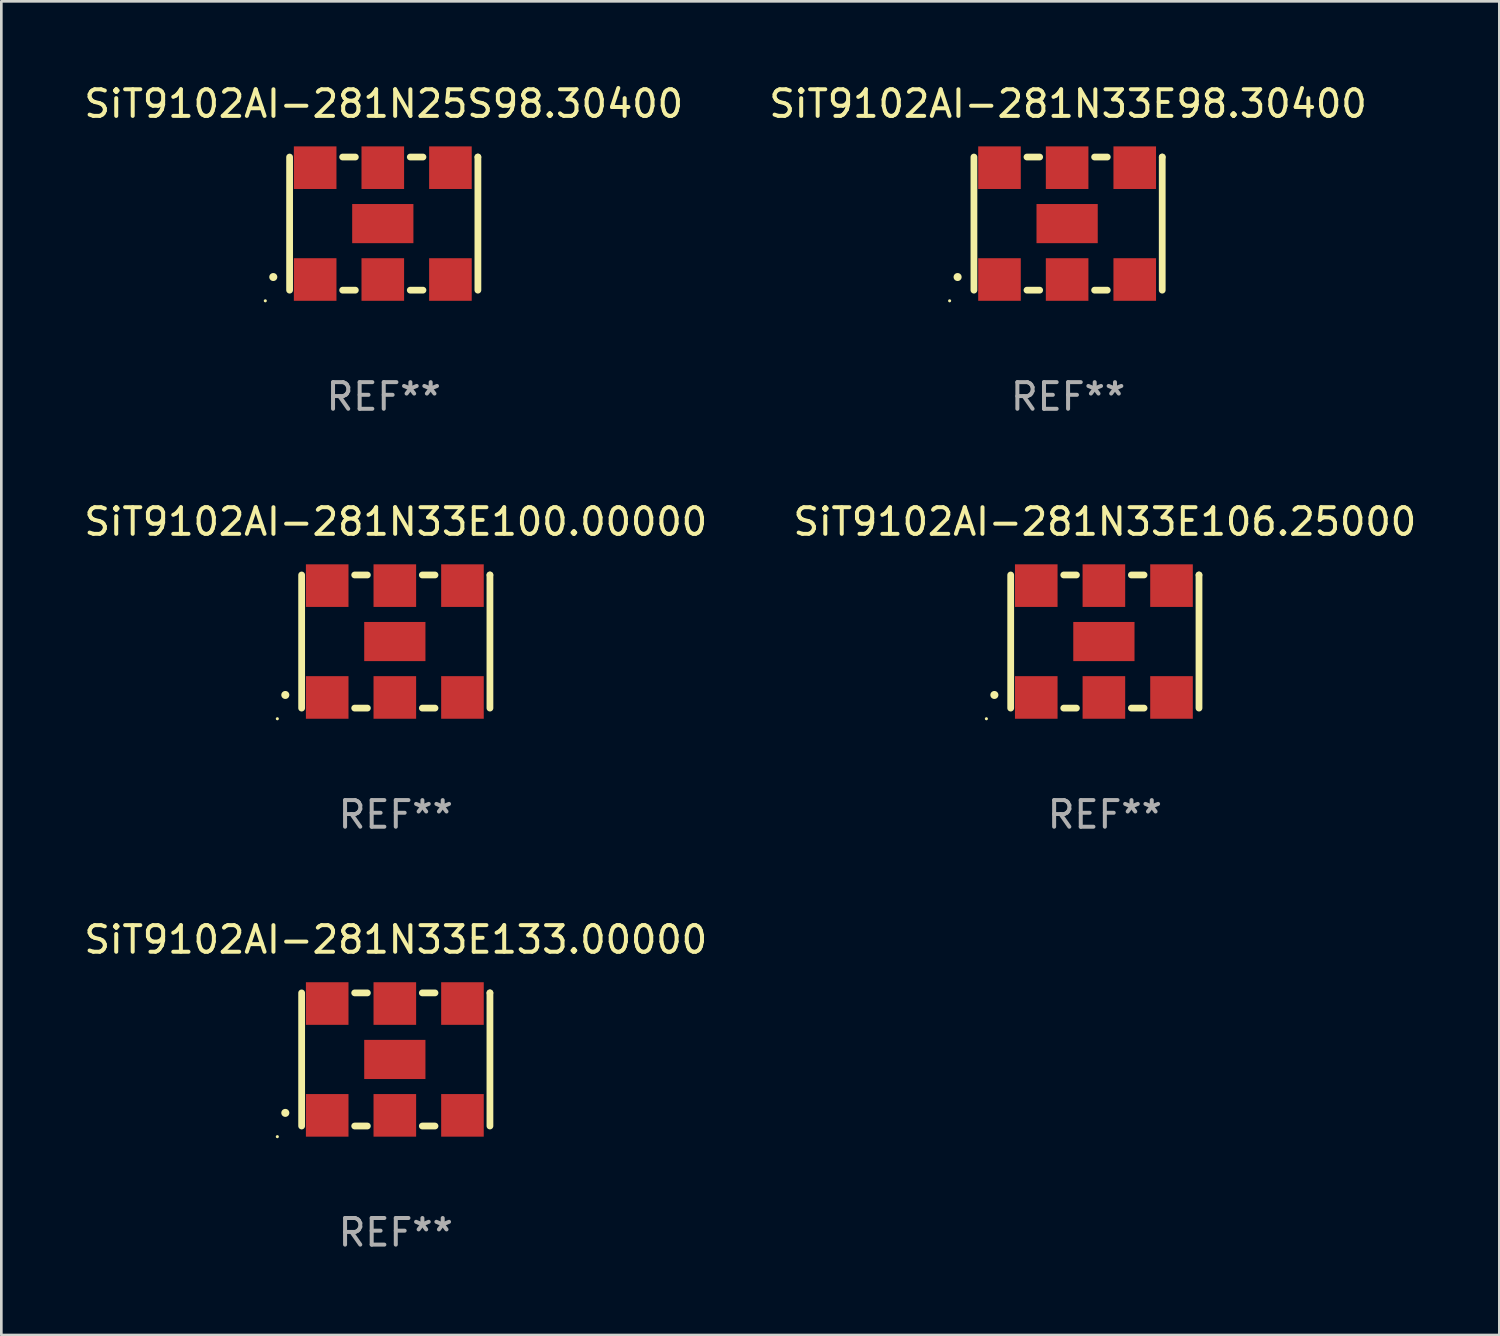
<source format=kicad_pcb>
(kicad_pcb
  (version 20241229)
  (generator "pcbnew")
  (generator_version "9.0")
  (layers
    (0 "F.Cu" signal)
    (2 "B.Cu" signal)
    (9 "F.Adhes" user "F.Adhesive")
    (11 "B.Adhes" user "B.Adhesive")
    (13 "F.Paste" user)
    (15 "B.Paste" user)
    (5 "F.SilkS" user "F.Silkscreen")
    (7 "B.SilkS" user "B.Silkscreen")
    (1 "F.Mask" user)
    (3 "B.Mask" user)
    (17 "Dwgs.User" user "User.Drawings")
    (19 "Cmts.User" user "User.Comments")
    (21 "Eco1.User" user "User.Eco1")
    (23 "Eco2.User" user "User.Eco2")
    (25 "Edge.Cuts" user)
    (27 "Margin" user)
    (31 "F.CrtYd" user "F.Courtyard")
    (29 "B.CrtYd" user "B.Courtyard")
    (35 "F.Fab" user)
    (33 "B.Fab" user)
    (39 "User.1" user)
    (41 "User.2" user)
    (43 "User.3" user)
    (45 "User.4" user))
  (footprint "SiT9102AI-281N33E106.25000"
    (layer "F.Cu")
    (at 38.446 21.045)
    (property "Reference" "SiT9102AI-281N33E106.25000" (at 0 -4.5 0) (layer "F.SilkS") (effects (font (size 1 1) (thickness 0.15))))
    (attr through_hole)
    (fp_line (start -3.536 -2.5) (end -3.536 2.5) (stroke (width 0.254) (type solid)) (layer "F.SilkS"))
    (fp_line (start -1.544 2.5) (end -1.067 2.5) (stroke (width 0.254) (type solid)) (layer "F.SilkS"))
    (fp_line (start -1.067 -2.5) (end -1.544 -2.5) (stroke (width 0.254) (type solid)) (layer "F.SilkS"))
    (fp_line (start 0.996 2.5) (end 1.473 2.5) (stroke (width 0.254) (type solid)) (layer "F.SilkS"))
    (fp_line (start 1.473 -2.5) (end 0.996 -2.5) (stroke (width 0.254) (type solid)) (layer "F.SilkS"))
    (fp_line (start 3.536 -2.5) (end 3.536 -2.5) (stroke (width 0.254) (type solid)) (layer "F.SilkS"))
    (fp_line (start 3.536 2.5) (end 3.536 -2.5) (stroke (width 0.254) (type solid)) (layer "F.SilkS"))
    (fp_arc (start -4.150432 2.006604) (mid -4.149162 2.006599) (end -4.147892 2.006604) (stroke (width 0.3) (type solid)) (layer "F.SilkS"))
    (fp_circle (center -4.449 2.9) (end -4.419 2.9) (stroke (width 0.06) (type solid)) (fill no) (layer "F.SilkS"))
    (fp_text user "REF**" (at 0 6.5 0) (layer "F.Fab") (effects (font (size 1 1) (thickness 0.15))))
    (pad "1" smd rect (at -2.576 2.1) (size 1.6 1.6) (layers "F.Cu" "F.Mask" "F.Paste"))
    (pad "2" smd rect (at -0.036 2.1) (size 1.6 1.6) (layers "F.Cu" "F.Mask" "F.Paste"))
    (pad "3" smd rect (at 2.504 2.1) (size 1.6 1.6) (layers "F.Cu" "F.Mask" "F.Paste"))
    (pad "4" smd rect (at 2.504 -2.1) (size 1.6 1.6) (layers "F.Cu" "F.Mask" "F.Paste"))
    (pad "5" smd rect (at -0.036 -2.1) (size 1.6 1.6) (layers "F.Cu" "F.Mask" "F.Paste"))
    (pad "6" smd rect (at -2.576 -2.1) (size 1.6 1.6) (layers "F.Cu" "F.Mask" "F.Paste"))
    (pad "7" smd rect (at -0.036 0) (size 2.3 1.47) (layers "F.Cu" "F.Mask" "F.Paste")))
  (footprint "SiT9102AI-281N33E100.00000"
    (layer "F.Cu")
    (at 11.815 21.045)
    (property "Reference" "SiT9102AI-281N33E100.00000" (at 0 -4.5 0) (layer "F.SilkS") (effects (font (size 1 1) (thickness 0.15))))
    (attr through_hole)
    (fp_line (start -3.536 -2.5) (end -3.536 2.5) (stroke (width 0.254) (type solid)) (layer "F.SilkS"))
    (fp_line (start -1.544 2.5) (end -1.067 2.5) (stroke (width 0.254) (type solid)) (layer "F.SilkS"))
    (fp_line (start -1.067 -2.5) (end -1.544 -2.5) (stroke (width 0.254) (type solid)) (layer "F.SilkS"))
    (fp_line (start 0.996 2.5) (end 1.473 2.5) (stroke (width 0.254) (type solid)) (layer "F.SilkS"))
    (fp_line (start 1.473 -2.5) (end 0.996 -2.5) (stroke (width 0.254) (type solid)) (layer "F.SilkS"))
    (fp_line (start 3.536 -2.5) (end 3.536 -2.5) (stroke (width 0.254) (type solid)) (layer "F.SilkS"))
    (fp_line (start 3.536 2.5) (end 3.536 -2.5) (stroke (width 0.254) (type solid)) (layer "F.SilkS"))
    (fp_arc (start -4.150432 2.006604) (mid -4.149162 2.006599) (end -4.147892 2.006604) (stroke (width 0.3) (type solid)) (layer "F.SilkS"))
    (fp_circle (center -4.449 2.9) (end -4.419 2.9) (stroke (width 0.06) (type solid)) (fill no) (layer "F.SilkS"))
    (fp_text user "REF**" (at 0 6.5 0) (layer "F.Fab") (effects (font (size 1 1) (thickness 0.15))))
    (pad "1" smd rect (at -2.576 2.1) (size 1.6 1.6) (layers "F.Cu" "F.Mask" "F.Paste"))
    (pad "2" smd rect (at -0.036 2.1) (size 1.6 1.6) (layers "F.Cu" "F.Mask" "F.Paste"))
    (pad "3" smd rect (at 2.504 2.1) (size 1.6 1.6) (layers "F.Cu" "F.Mask" "F.Paste"))
    (pad "4" smd rect (at 2.504 -2.1) (size 1.6 1.6) (layers "F.Cu" "F.Mask" "F.Paste"))
    (pad "5" smd rect (at -0.036 -2.1) (size 1.6 1.6) (layers "F.Cu" "F.Mask" "F.Paste"))
    (pad "6" smd rect (at -2.576 -2.1) (size 1.6 1.6) (layers "F.Cu" "F.Mask" "F.Paste"))
    (pad "7" smd rect (at -0.036 0) (size 2.3 1.47) (layers "F.Cu" "F.Mask" "F.Paste")))
  (footprint "SiT9102AI-281N33E98.30400"
    (layer "F.Cu")
    (at 37.065 5.348)
    (property "Reference" "SiT9102AI-281N33E98.30400" (at 0 -4.5 0) (layer "F.SilkS") (effects (font (size 1 1) (thickness 0.15))))
    (attr through_hole)
    (fp_line (start -3.536 -2.5) (end -3.536 2.5) (stroke (width 0.254) (type solid)) (layer "F.SilkS"))
    (fp_line (start -1.544 2.5) (end -1.067 2.5) (stroke (width 0.254) (type solid)) (layer "F.SilkS"))
    (fp_line (start -1.067 -2.5) (end -1.544 -2.5) (stroke (width 0.254) (type solid)) (layer "F.SilkS"))
    (fp_line (start 0.996 2.5) (end 1.473 2.5) (stroke (width 0.254) (type solid)) (layer "F.SilkS"))
    (fp_line (start 1.473 -2.5) (end 0.996 -2.5) (stroke (width 0.254) (type solid)) (layer "F.SilkS"))
    (fp_line (start 3.536 -2.5) (end 3.536 -2.5) (stroke (width 0.254) (type solid)) (layer "F.SilkS"))
    (fp_line (start 3.536 2.5) (end 3.536 -2.5) (stroke (width 0.254) (type solid)) (layer "F.SilkS"))
    (fp_arc (start -4.150432 2.006604) (mid -4.149162 2.006599) (end -4.147892 2.006604) (stroke (width 0.3) (type solid)) (layer "F.SilkS"))
    (fp_circle (center -4.449 2.9) (end -4.419 2.9) (stroke (width 0.06) (type solid)) (fill no) (layer "F.SilkS"))
    (fp_text user "REF**" (at 0 6.5 0) (layer "F.Fab") (effects (font (size 1 1) (thickness 0.15))))
    (pad "1" smd rect (at -2.576 2.1) (size 1.6 1.6) (layers "F.Cu" "F.Mask" "F.Paste"))
    (pad "2" smd rect (at -0.036 2.1) (size 1.6 1.6) (layers "F.Cu" "F.Mask" "F.Paste"))
    (pad "3" smd rect (at 2.504 2.1) (size 1.6 1.6) (layers "F.Cu" "F.Mask" "F.Paste"))
    (pad "4" smd rect (at 2.504 -2.1) (size 1.6 1.6) (layers "F.Cu" "F.Mask" "F.Paste"))
    (pad "5" smd rect (at -0.036 -2.1) (size 1.6 1.6) (layers "F.Cu" "F.Mask" "F.Paste"))
    (pad "6" smd rect (at -2.576 -2.1) (size 1.6 1.6) (layers "F.Cu" "F.Mask" "F.Paste"))
    (pad "7" smd rect (at -0.036 0) (size 2.3 1.47) (layers "F.Cu" "F.Mask" "F.Paste")))
  (footprint "SiT9102AI-281N33E133.00000"
    (layer "F.Cu")
    (at 11.815 36.741)
    (property "Reference" "SiT9102AI-281N33E133.00000" (at 0 -4.5 0) (layer "F.SilkS") (effects (font (size 1 1) (thickness 0.15))))
    (attr through_hole)
    (fp_line (start -3.536 -2.5) (end -3.536 2.5) (stroke (width 0.254) (type solid)) (layer "F.SilkS"))
    (fp_line (start -1.544 2.5) (end -1.067 2.5) (stroke (width 0.254) (type solid)) (layer "F.SilkS"))
    (fp_line (start -1.067 -2.5) (end -1.544 -2.5) (stroke (width 0.254) (type solid)) (layer "F.SilkS"))
    (fp_line (start 0.996 2.5) (end 1.473 2.5) (stroke (width 0.254) (type solid)) (layer "F.SilkS"))
    (fp_line (start 1.473 -2.5) (end 0.996 -2.5) (stroke (width 0.254) (type solid)) (layer "F.SilkS"))
    (fp_line (start 3.536 -2.5) (end 3.536 -2.5) (stroke (width 0.254) (type solid)) (layer "F.SilkS"))
    (fp_line (start 3.536 2.5) (end 3.536 -2.5) (stroke (width 0.254) (type solid)) (layer "F.SilkS"))
    (fp_arc (start -4.150432 2.006604) (mid -4.149162 2.006599) (end -4.147892 2.006604) (stroke (width 0.3) (type solid)) (layer "F.SilkS"))
    (fp_circle (center -4.449 2.9) (end -4.419 2.9) (stroke (width 0.06) (type solid)) (fill no) (layer "F.SilkS"))
    (fp_text user "REF**" (at 0 6.5 0) (layer "F.Fab") (effects (font (size 1 1) (thickness 0.15))))
    (pad "1" smd rect (at -2.576 2.1) (size 1.6 1.6) (layers "F.Cu" "F.Mask" "F.Paste"))
    (pad "2" smd rect (at -0.036 2.1) (size 1.6 1.6) (layers "F.Cu" "F.Mask" "F.Paste"))
    (pad "3" smd rect (at 2.504 2.1) (size 1.6 1.6) (layers "F.Cu" "F.Mask" "F.Paste"))
    (pad "4" smd rect (at 2.504 -2.1) (size 1.6 1.6) (layers "F.Cu" "F.Mask" "F.Paste"))
    (pad "5" smd rect (at -0.036 -2.1) (size 1.6 1.6) (layers "F.Cu" "F.Mask" "F.Paste"))
    (pad "6" smd rect (at -2.576 -2.1) (size 1.6 1.6) (layers "F.Cu" "F.Mask" "F.Paste"))
    (pad "7" smd rect (at -0.036 0) (size 2.3 1.47) (layers "F.Cu" "F.Mask" "F.Paste")))
  (footprint "SiT9102AI-281N25S98.30400"
    (layer "F.Cu")
    (at 11.363 5.348)
    (property "Reference" "SiT9102AI-281N25S98.30400" (at 0 -4.5 0) (layer "F.SilkS") (effects (font (size 1 1) (thickness 0.15))))
    (attr through_hole)
    (fp_line (start -3.536 -2.5) (end -3.536 2.5) (stroke (width 0.254) (type solid)) (layer "F.SilkS"))
    (fp_line (start -1.544 2.5) (end -1.067 2.5) (stroke (width 0.254) (type solid)) (layer "F.SilkS"))
    (fp_line (start -1.067 -2.5) (end -1.544 -2.5) (stroke (width 0.254) (type solid)) (layer "F.SilkS"))
    (fp_line (start 0.996 2.5) (end 1.473 2.5) (stroke (width 0.254) (type solid)) (layer "F.SilkS"))
    (fp_line (start 1.473 -2.5) (end 0.996 -2.5) (stroke (width 0.254) (type solid)) (layer "F.SilkS"))
    (fp_line (start 3.536 -2.5) (end 3.536 -2.5) (stroke (width 0.254) (type solid)) (layer "F.SilkS"))
    (fp_line (start 3.536 2.5) (end 3.536 -2.5) (stroke (width 0.254) (type solid)) (layer "F.SilkS"))
    (fp_arc (start -4.150432 2.006604) (mid -4.149162 2.006599) (end -4.147892 2.006604) (stroke (width 0.3) (type solid)) (layer "F.SilkS"))
    (fp_circle (center -4.449 2.9) (end -4.419 2.9) (stroke (width 0.06) (type solid)) (fill no) (layer "F.SilkS"))
    (fp_text user "REF**" (at 0 6.5 0) (layer "F.Fab") (effects (font (size 1 1) (thickness 0.15))))
    (pad "1" smd rect (at -2.576 2.1) (size 1.6 1.6) (layers "F.Cu" "F.Mask" "F.Paste"))
    (pad "2" smd rect (at -0.036 2.1) (size 1.6 1.6) (layers "F.Cu" "F.Mask" "F.Paste"))
    (pad "3" smd rect (at 2.504 2.1) (size 1.6 1.6) (layers "F.Cu" "F.Mask" "F.Paste"))
    (pad "4" smd rect (at 2.504 -2.1) (size 1.6 1.6) (layers "F.Cu" "F.Mask" "F.Paste"))
    (pad "5" smd rect (at -0.036 -2.1) (size 1.6 1.6) (layers "F.Cu" "F.Mask" "F.Paste"))
    (pad "6" smd rect (at -2.576 -2.1) (size 1.6 1.6) (layers "F.Cu" "F.Mask" "F.Paste"))
    (pad "7" smd rect (at -0.036 0) (size 2.3 1.47) (layers "F.Cu" "F.Mask" "F.Paste")))
  (gr_rect
    (start -3 -3)
    (end 53.262 47.09)
    (stroke (width 0.1) (type default))
    (fill no)
    (layer "Edge.Cuts")))
</source>
